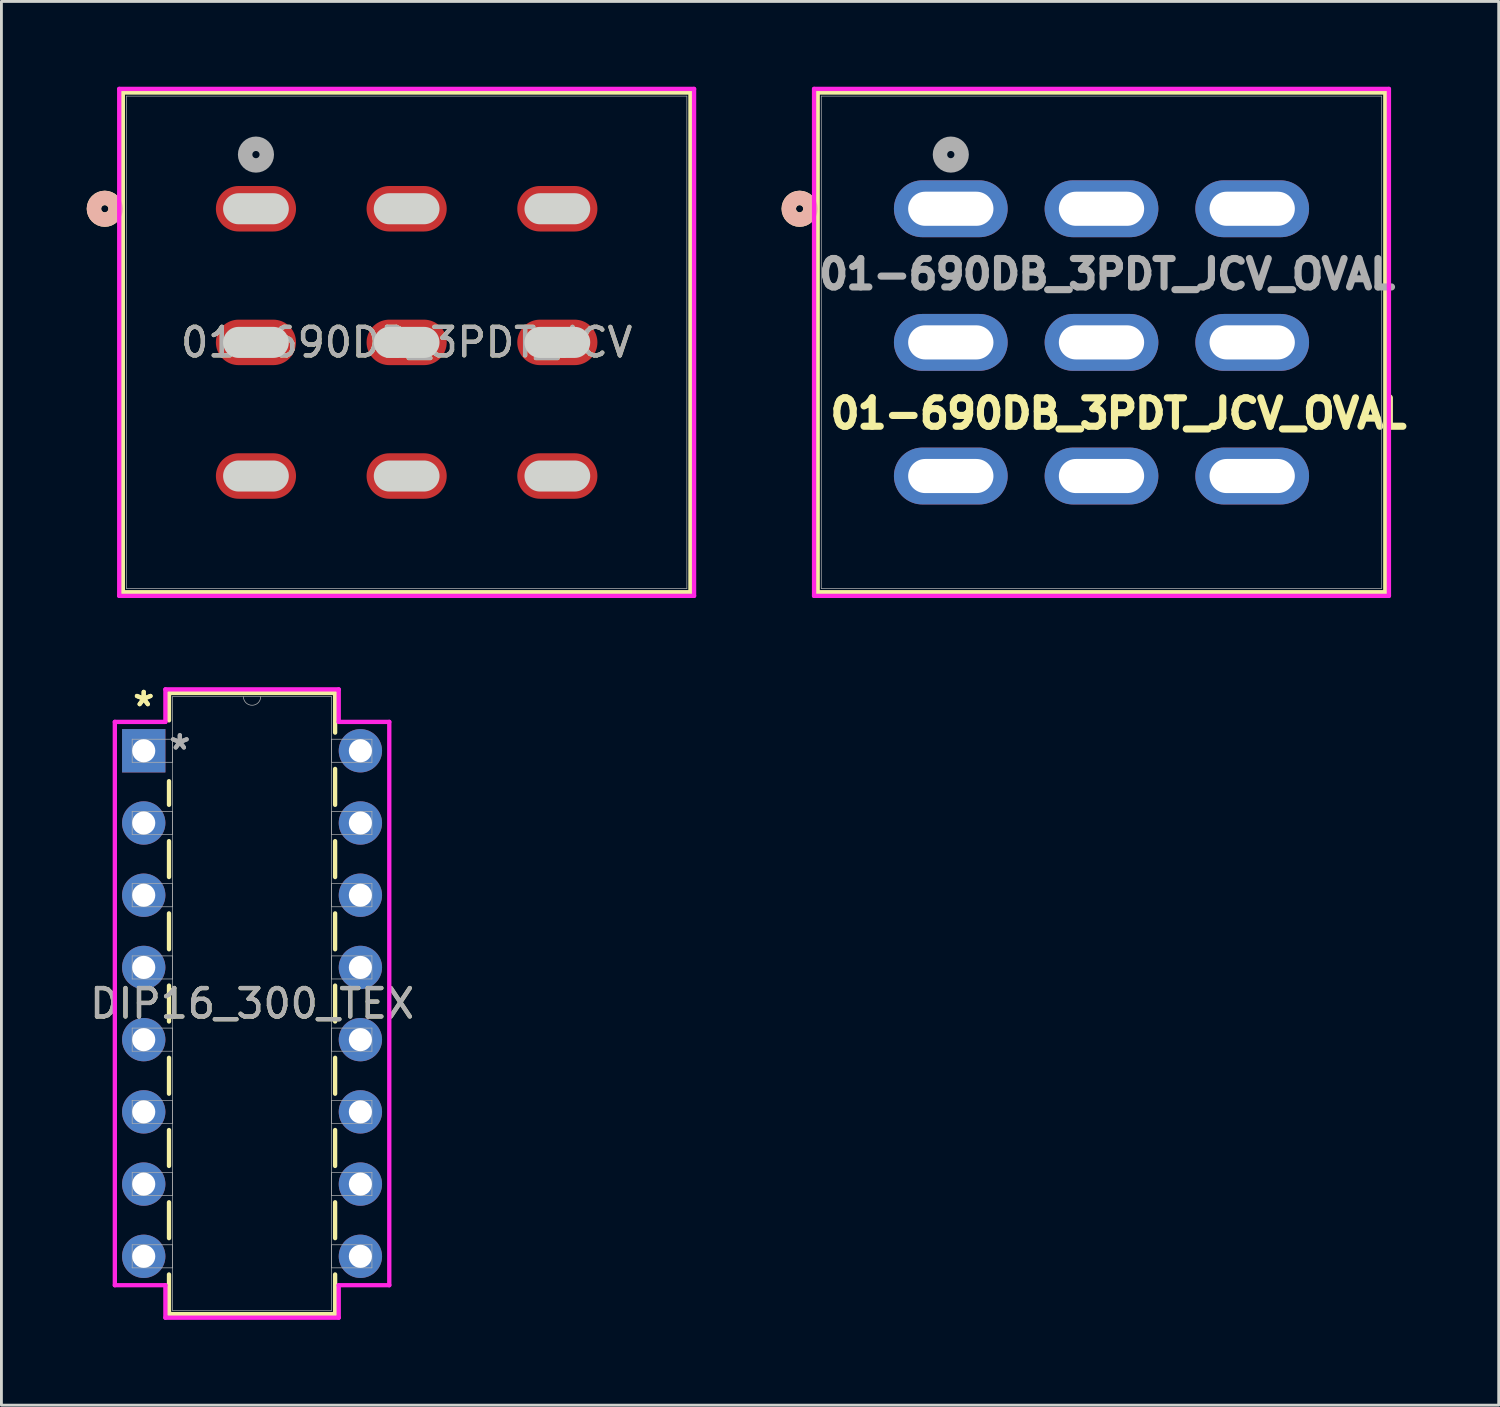
<source format=kicad_pcb>
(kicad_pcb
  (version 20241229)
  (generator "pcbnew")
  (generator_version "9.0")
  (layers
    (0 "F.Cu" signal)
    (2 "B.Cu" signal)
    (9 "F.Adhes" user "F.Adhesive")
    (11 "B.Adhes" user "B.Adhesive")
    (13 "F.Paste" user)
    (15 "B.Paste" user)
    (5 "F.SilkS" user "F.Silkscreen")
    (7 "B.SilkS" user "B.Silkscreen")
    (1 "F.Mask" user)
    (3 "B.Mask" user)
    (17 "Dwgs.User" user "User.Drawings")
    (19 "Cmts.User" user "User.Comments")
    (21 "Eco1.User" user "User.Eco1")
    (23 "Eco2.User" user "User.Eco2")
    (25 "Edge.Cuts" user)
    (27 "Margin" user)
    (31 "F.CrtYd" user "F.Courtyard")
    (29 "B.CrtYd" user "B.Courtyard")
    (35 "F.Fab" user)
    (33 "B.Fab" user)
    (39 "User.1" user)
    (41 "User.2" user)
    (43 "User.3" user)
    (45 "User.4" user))
  (footprint "01-690DB_3PDT_JCV_OVAL"
    (layer "F.Cu")
    (at 30.39 4.292)
    (property "Reference" "01-690DB_3PDT_JCV_OVAL" (at 5.9 7.2 0) (unlocked yes) (layer "F.SilkS") (effects (font (size 1 1) (thickness 0.25))))
    (attr through_hole)
    (fp_line (start -4.682 -4.088) (end -4.682 13.488) (stroke (width 0.152) (type solid)) (layer "F.SilkS"))
    (fp_line (start -4.682 13.488) (end 15.282 13.488) (stroke (width 0.152) (type solid)) (layer "F.SilkS"))
    (fp_line (start 15.282 -4.088) (end -4.682 -4.088) (stroke (width 0.152) (type solid)) (layer "F.SilkS"))
    (fp_line (start 15.282 13.488) (end 15.282 -4.088) (stroke (width 0.152) (type solid)) (layer "F.SilkS"))
    (fp_circle (center -5.317 0) (end -4.936 0) (stroke (width 0.508) (type solid)) (fill no) (layer "F.SilkS"))
    (fp_circle (center -5.317 0) (end -4.936 0) (stroke (width 0.508) (type solid)) (fill no) (layer "B.SilkS"))
    (fp_line (start -4.809 -4.215) (end -4.809 13.615) (stroke (width 0.152) (type solid)) (layer "F.CrtYd"))
    (fp_line (start -4.809 13.615) (end 15.409 13.615) (stroke (width 0.152) (type solid)) (layer "F.CrtYd"))
    (fp_line (start 15.409 -4.215) (end -4.809 -4.215) (stroke (width 0.152) (type solid)) (layer "F.CrtYd"))
    (fp_line (start 15.409 13.615) (end 15.409 -4.215) (stroke (width 0.152) (type solid)) (layer "F.CrtYd"))
    (fp_line (start -4.555 -3.961) (end -4.555 13.361) (stroke (width 0.025) (type solid)) (layer "F.Fab"))
    (fp_line (start -4.555 13.361) (end 15.155 13.361) (stroke (width 0.025) (type solid)) (layer "F.Fab"))
    (fp_line (start 15.155 -3.961) (end -4.555 -3.961) (stroke (width 0.025) (type solid)) (layer "F.Fab"))
    (fp_line (start 15.155 13.361) (end 15.155 -3.961) (stroke (width 0.025) (type solid)) (layer "F.Fab"))
    (fp_circle (center 0 -1.905) (end 0.381 -1.905) (stroke (width 0.508) (type solid)) (fill no) (layer "F.Fab"))
    (fp_text user "${REFERENCE}" (at 5.5 2.3 0) (unlocked yes) (layer "F.Fab") (effects (font (size 1 1) (thickness 0.25))))
    (pad "1" thru_hole oval (at 0 0) (size 4 2) (drill oval 3 1.2) (layers "*.Cu" "*.Mask"))
    (pad "2" thru_hole oval (at 0 4.7) (size 4 2) (drill oval 3 1.2) (layers "*.Cu" "*.Mask"))
    (pad "3" thru_hole oval (at 0 9.4) (size 4 2) (drill oval 3 1.2) (layers "*.Cu" "*.Mask"))
    (pad "4" thru_hole oval (at 5.3 0) (size 4 2) (drill oval 3 1.2) (layers "*.Cu" "*.Mask"))
    (pad "5" thru_hole oval (at 5.3 4.7) (size 4 2) (drill oval 3 1.2) (layers "*.Cu" "*.Mask"))
    (pad "6" thru_hole oval (at 5.3 9.4) (size 4 2) (drill oval 3 1.2) (layers "*.Cu" "*.Mask"))
    (pad "7" thru_hole oval (at 10.6 0) (size 4 2) (drill oval 3 1.2) (layers "*.Cu" "*.Mask"))
    (pad "8" thru_hole oval (at 10.6 4.7) (size 4 2) (drill oval 3 1.2) (layers "*.Cu" "*.Mask"))
    (pad "9" thru_hole oval (at 10.6 9.4) (size 4 2) (drill oval 3 1.2) (layers "*.Cu" "*.Mask")))
  (footprint "DIP16_300_TEX"
    (layer "F.Cu")
    (at 2.005 23.355)
    (property "Reference" "DIP16_300_TEX" (at 3.81 8.89 0) (unlocked yes) (layer "F.SilkS") (effects (font (size 1 1) (thickness 0.15))))
    (attr through_hole)
    (fp_line (start 0.889 -2.032) (end 0.889 -1.07) (stroke (width 0.152) (type solid)) (layer "F.SilkS"))
    (fp_line (start 0.889 1.07) (end 0.889 1.901) (stroke (width 0.152) (type solid)) (layer "F.SilkS"))
    (fp_line (start 0.889 3.179) (end 0.889 4.441) (stroke (width 0.152) (type solid)) (layer "F.SilkS"))
    (fp_line (start 0.889 5.719) (end 0.889 6.981) (stroke (width 0.152) (type solid)) (layer "F.SilkS"))
    (fp_line (start 0.889 8.259) (end 0.889 9.521) (stroke (width 0.152) (type solid)) (layer "F.SilkS"))
    (fp_line (start 0.889 10.799) (end 0.889 12.061) (stroke (width 0.152) (type solid)) (layer "F.SilkS"))
    (fp_line (start 0.889 13.339) (end 0.889 14.601) (stroke (width 0.152) (type solid)) (layer "F.SilkS"))
    (fp_line (start 0.889 15.879) (end 0.889 17.141) (stroke (width 0.152) (type solid)) (layer "F.SilkS"))
    (fp_line (start 0.889 18.419) (end 0.889 19.812) (stroke (width 0.152) (type solid)) (layer "F.SilkS"))
    (fp_line (start 0.889 19.812) (end 6.731 19.812) (stroke (width 0.152) (type solid)) (layer "F.SilkS"))
    (fp_line (start 6.731 -2.032) (end 0.889 -2.032) (stroke (width 0.152) (type solid)) (layer "F.SilkS"))
    (fp_line (start 6.731 -0.639) (end 6.731 -2.032) (stroke (width 0.152) (type solid)) (layer "F.SilkS"))
    (fp_line (start 6.731 1.901) (end 6.731 0.639) (stroke (width 0.152) (type solid)) (layer "F.SilkS"))
    (fp_line (start 6.731 4.441) (end 6.731 3.179) (stroke (width 0.152) (type solid)) (layer "F.SilkS"))
    (fp_line (start 6.731 6.981) (end 6.731 5.719) (stroke (width 0.152) (type solid)) (layer "F.SilkS"))
    (fp_line (start 6.731 9.521) (end 6.731 8.259) (stroke (width 0.152) (type solid)) (layer "F.SilkS"))
    (fp_line (start 6.731 12.061) (end 6.731 10.799) (stroke (width 0.152) (type solid)) (layer "F.SilkS"))
    (fp_line (start 6.731 14.601) (end 6.731 13.339) (stroke (width 0.152) (type solid)) (layer "F.SilkS"))
    (fp_line (start 6.731 17.141) (end 6.731 15.879) (stroke (width 0.152) (type solid)) (layer "F.SilkS"))
    (fp_line (start 6.731 19.812) (end 6.731 18.419) (stroke (width 0.152) (type solid)) (layer "F.SilkS"))
    (fp_line (start -1.016 -1.016) (end 0.762 -1.016) (stroke (width 0.152) (type solid)) (layer "F.CrtYd"))
    (fp_line (start -1.016 18.796) (end -1.016 -1.016) (stroke (width 0.152) (type solid)) (layer "F.CrtYd"))
    (fp_line (start 0.762 -2.159) (end 6.858 -2.159) (stroke (width 0.152) (type solid)) (layer "F.CrtYd"))
    (fp_line (start 0.762 -1.016) (end 0.762 -2.159) (stroke (width 0.152) (type solid)) (layer "F.CrtYd"))
    (fp_line (start 0.762 18.796) (end -1.016 18.796) (stroke (width 0.152) (type solid)) (layer "F.CrtYd"))
    (fp_line (start 0.762 19.939) (end 0.762 18.796) (stroke (width 0.152) (type solid)) (layer "F.CrtYd"))
    (fp_line (start 6.858 -2.159) (end 6.858 -1.016) (stroke (width 0.152) (type solid)) (layer "F.CrtYd"))
    (fp_line (start 6.858 18.796) (end 6.858 19.939) (stroke (width 0.152) (type solid)) (layer "F.CrtYd"))
    (fp_line (start 6.858 19.939) (end 0.762 19.939) (stroke (width 0.152) (type solid)) (layer "F.CrtYd"))
    (fp_line (start 8.636 -1.016) (end 6.858 -1.016) (stroke (width 0.152) (type solid)) (layer "F.CrtYd"))
    (fp_line (start 8.636 -1.016) (end 8.636 18.796) (stroke (width 0.152) (type solid)) (layer "F.CrtYd"))
    (fp_line (start 8.636 18.796) (end 6.858 18.796) (stroke (width 0.152) (type solid)) (layer "F.CrtYd"))
    (fp_line (start -0.406 -0.406) (end -0.406 0.406) (stroke (width 0.025) (type solid)) (layer "F.Fab"))
    (fp_line (start -0.406 0.406) (end 1.016 0.406) (stroke (width 0.025) (type solid)) (layer "F.Fab"))
    (fp_line (start -0.406 2.134) (end -0.406 2.946) (stroke (width 0.025) (type solid)) (layer "F.Fab"))
    (fp_line (start -0.406 2.946) (end 1.016 2.946) (stroke (width 0.025) (type solid)) (layer "F.Fab"))
    (fp_line (start -0.406 4.674) (end -0.406 5.486) (stroke (width 0.025) (type solid)) (layer "F.Fab"))
    (fp_line (start -0.406 5.486) (end 1.016 5.486) (stroke (width 0.025) (type solid)) (layer "F.Fab"))
    (fp_line (start -0.406 7.214) (end -0.406 8.026) (stroke (width 0.025) (type solid)) (layer "F.Fab"))
    (fp_line (start -0.406 8.026) (end 1.016 8.026) (stroke (width 0.025) (type solid)) (layer "F.Fab"))
    (fp_line (start -0.406 9.754) (end -0.406 10.566) (stroke (width 0.025) (type solid)) (layer "F.Fab"))
    (fp_line (start -0.406 10.566) (end 1.016 10.566) (stroke (width 0.025) (type solid)) (layer "F.Fab"))
    (fp_line (start -0.406 12.294) (end -0.406 13.106) (stroke (width 0.025) (type solid)) (layer "F.Fab"))
    (fp_line (start -0.406 13.106) (end 1.016 13.106) (stroke (width 0.025) (type solid)) (layer "F.Fab"))
    (fp_line (start -0.406 14.834) (end -0.406 15.646) (stroke (width 0.025) (type solid)) (layer "F.Fab"))
    (fp_line (start -0.406 15.646) (end 1.016 15.646) (stroke (width 0.025) (type solid)) (layer "F.Fab"))
    (fp_line (start -0.406 17.374) (end -0.406 18.186) (stroke (width 0.025) (type solid)) (layer "F.Fab"))
    (fp_line (start -0.406 18.186) (end 1.016 18.186) (stroke (width 0.025) (type solid)) (layer "F.Fab"))
    (fp_line (start 1.016 -1.905) (end 1.016 19.685) (stroke (width 0.025) (type solid)) (layer "F.Fab"))
    (fp_line (start 1.016 -0.406) (end -0.406 -0.406) (stroke (width 0.025) (type solid)) (layer "F.Fab"))
    (fp_line (start 1.016 0.406) (end 1.016 -0.406) (stroke (width 0.025) (type solid)) (layer "F.Fab"))
    (fp_line (start 1.016 2.134) (end -0.406 2.134) (stroke (width 0.025) (type solid)) (layer "F.Fab"))
    (fp_line (start 1.016 2.946) (end 1.016 2.134) (stroke (width 0.025) (type solid)) (layer "F.Fab"))
    (fp_line (start 1.016 4.674) (end -0.406 4.674) (stroke (width 0.025) (type solid)) (layer "F.Fab"))
    (fp_line (start 1.016 5.486) (end 1.016 4.674) (stroke (width 0.025) (type solid)) (layer "F.Fab"))
    (fp_line (start 1.016 7.214) (end -0.406 7.214) (stroke (width 0.025) (type solid)) (layer "F.Fab"))
    (fp_line (start 1.016 8.026) (end 1.016 7.214) (stroke (width 0.025) (type solid)) (layer "F.Fab"))
    (fp_line (start 1.016 9.754) (end -0.406 9.754) (stroke (width 0.025) (type solid)) (layer "F.Fab"))
    (fp_line (start 1.016 10.566) (end 1.016 9.754) (stroke (width 0.025) (type solid)) (layer "F.Fab"))
    (fp_line (start 1.016 12.294) (end -0.406 12.294) (stroke (width 0.025) (type solid)) (layer "F.Fab"))
    (fp_line (start 1.016 13.106) (end 1.016 12.294) (stroke (width 0.025) (type solid)) (layer "F.Fab"))
    (fp_line (start 1.016 14.834) (end -0.406 14.834) (stroke (width 0.025) (type solid)) (layer "F.Fab"))
    (fp_line (start 1.016 15.646) (end 1.016 14.834) (stroke (width 0.025) (type solid)) (layer "F.Fab"))
    (fp_line (start 1.016 17.374) (end -0.406 17.374) (stroke (width 0.025) (type solid)) (layer "F.Fab"))
    (fp_line (start 1.016 18.186) (end 1.016 17.374) (stroke (width 0.025) (type solid)) (layer "F.Fab"))
    (fp_line (start 1.016 19.685) (end 6.604 19.685) (stroke (width 0.025) (type solid)) (layer "F.Fab"))
    (fp_line (start 6.604 -1.905) (end 1.016 -1.905) (stroke (width 0.025) (type solid)) (layer "F.Fab"))
    (fp_line (start 6.604 -0.406) (end 6.604 0.406) (stroke (width 0.025) (type solid)) (layer "F.Fab"))
    (fp_line (start 6.604 0.406) (end 8.026 0.406) (stroke (width 0.025) (type solid)) (layer "F.Fab"))
    (fp_line (start 6.604 2.134) (end 6.604 2.946) (stroke (width 0.025) (type solid)) (layer "F.Fab"))
    (fp_line (start 6.604 2.946) (end 8.026 2.946) (stroke (width 0.025) (type solid)) (layer "F.Fab"))
    (fp_line (start 6.604 4.674) (end 6.604 5.486) (stroke (width 0.025) (type solid)) (layer "F.Fab"))
    (fp_line (start 6.604 5.486) (end 8.026 5.486) (stroke (width 0.025) (type solid)) (layer "F.Fab"))
    (fp_line (start 6.604 7.214) (end 6.604 8.026) (stroke (width 0.025) (type solid)) (layer "F.Fab"))
    (fp_line (start 6.604 8.026) (end 8.026 8.026) (stroke (width 0.025) (type solid)) (layer "F.Fab"))
    (fp_line (start 6.604 9.754) (end 6.604 10.566) (stroke (width 0.025) (type solid)) (layer "F.Fab"))
    (fp_line (start 6.604 10.566) (end 8.026 10.566) (stroke (width 0.025) (type solid)) (layer "F.Fab"))
    (fp_line (start 6.604 12.294) (end 6.604 13.106) (stroke (width 0.025) (type solid)) (layer "F.Fab"))
    (fp_line (start 6.604 13.106) (end 8.026 13.106) (stroke (width 0.025) (type solid)) (layer "F.Fab"))
    (fp_line (start 6.604 14.834) (end 6.604 15.646) (stroke (width 0.025) (type solid)) (layer "F.Fab"))
    (fp_line (start 6.604 15.646) (end 8.026 15.646) (stroke (width 0.025) (type solid)) (layer "F.Fab"))
    (fp_line (start 6.604 17.374) (end 6.604 18.186) (stroke (width 0.025) (type solid)) (layer "F.Fab"))
    (fp_line (start 6.604 18.186) (end 8.026 18.186) (stroke (width 0.025) (type solid)) (layer "F.Fab"))
    (fp_line (start 6.604 19.685) (end 6.604 -1.905) (stroke (width 0.025) (type solid)) (layer "F.Fab"))
    (fp_line (start 8.026 -0.406) (end 6.604 -0.406) (stroke (width 0.025) (type solid)) (layer "F.Fab"))
    (fp_line (start 8.026 0.406) (end 8.026 -0.406) (stroke (width 0.025) (type solid)) (layer "F.Fab"))
    (fp_line (start 8.026 2.134) (end 6.604 2.134) (stroke (width 0.025) (type solid)) (layer "F.Fab"))
    (fp_line (start 8.026 2.946) (end 8.026 2.134) (stroke (width 0.025) (type solid)) (layer "F.Fab"))
    (fp_line (start 8.026 4.674) (end 6.604 4.674) (stroke (width 0.025) (type solid)) (layer "F.Fab"))
    (fp_line (start 8.026 5.486) (end 8.026 4.674) (stroke (width 0.025) (type solid)) (layer "F.Fab"))
    (fp_line (start 8.026 7.214) (end 6.604 7.214) (stroke (width 0.025) (type solid)) (layer "F.Fab"))
    (fp_line (start 8.026 8.026) (end 8.026 7.214) (stroke (width 0.025) (type solid)) (layer "F.Fab"))
    (fp_line (start 8.026 9.754) (end 6.604 9.754) (stroke (width 0.025) (type solid)) (layer "F.Fab"))
    (fp_line (start 8.026 10.566) (end 8.026 9.754) (stroke (width 0.025) (type solid)) (layer "F.Fab"))
    (fp_line (start 8.026 12.294) (end 6.604 12.294) (stroke (width 0.025) (type solid)) (layer "F.Fab"))
    (fp_line (start 8.026 13.106) (end 8.026 12.294) (stroke (width 0.025) (type solid)) (layer "F.Fab"))
    (fp_line (start 8.026 14.834) (end 6.604 14.834) (stroke (width 0.025) (type solid)) (layer "F.Fab"))
    (fp_line (start 8.026 15.646) (end 8.026 14.834) (stroke (width 0.025) (type solid)) (layer "F.Fab"))
    (fp_line (start 8.026 17.374) (end 6.604 17.374) (stroke (width 0.025) (type solid)) (layer "F.Fab"))
    (fp_line (start 8.026 18.186) (end 8.026 17.374) (stroke (width 0.025) (type solid)) (layer "F.Fab"))
    (fp_arc (start 4.1148 -1.905) (mid 3.81 -1.6002) (end 3.5052 -1.905) (stroke (width 0.0254) (type solid)) (layer "F.Fab"))
    (fp_text user "*" (at 0 -1.524 0) (unlocked yes) (layer "F.SilkS") (effects (font (size 1 1) (thickness 0.15))))
    (fp_text user "*" (at 0 -1.524 0) (layer "F.SilkS") (effects (font (size 1 1) (thickness 0.15))))
    (fp_text user "*" (at 1.27 0 0) (unlocked yes) (layer "F.Fab") (effects (font (size 1 1) (thickness 0.15))))
    (fp_text user "${REFERENCE}" (at 3.81 8.89 0) (unlocked yes) (layer "F.Fab") (effects (font (size 1 1) (thickness 0.15))))
    (fp_text user "*" (at 1.27 0 0) (layer "F.Fab") (effects (font (size 1 1) (thickness 0.15))))
    (pad "1" thru_hole rect (at 0 0) (size 1.524 1.524) (drill 0.813) (layers "*.Cu" "*.Mask"))
    (pad "2" thru_hole circle (at 0 2.54) (size 1.524 1.524) (drill 0.813) (layers "*.Cu" "*.Mask"))
    (pad "3" thru_hole circle (at 0 5.08) (size 1.524 1.524) (drill 0.813) (layers "*.Cu" "*.Mask"))
    (pad "4" thru_hole circle (at 0 7.62) (size 1.524 1.524) (drill 0.813) (layers "*.Cu" "*.Mask"))
    (pad "5" thru_hole circle (at 0 10.16) (size 1.524 1.524) (drill 0.813) (layers "*.Cu" "*.Mask"))
    (pad "6" thru_hole circle (at 0 12.7) (size 1.524 1.524) (drill 0.813) (layers "*.Cu" "*.Mask"))
    (pad "7" thru_hole circle (at 0 15.24) (size 1.524 1.524) (drill 0.813) (layers "*.Cu" "*.Mask"))
    (pad "8" thru_hole circle (at 0 17.78) (size 1.524 1.524) (drill 0.813) (layers "*.Cu" "*.Mask"))
    (pad "9" thru_hole circle (at 7.62 17.78) (size 1.524 1.524) (drill 0.813) (layers "*.Cu" "*.Mask"))
    (pad "10" thru_hole circle (at 7.62 15.24) (size 1.524 1.524) (drill 0.813) (layers "*.Cu" "*.Mask"))
    (pad "11" thru_hole circle (at 7.62 12.7) (size 1.524 1.524) (drill 0.813) (layers "*.Cu" "*.Mask"))
    (pad "12" thru_hole circle (at 7.62 10.16) (size 1.524 1.524) (drill 0.813) (layers "*.Cu" "*.Mask"))
    (pad "13" thru_hole circle (at 7.62 7.62) (size 1.524 1.524) (drill 0.813) (layers "*.Cu" "*.Mask"))
    (pad "14" thru_hole circle (at 7.62 5.08) (size 1.524 1.524) (drill 0.813) (layers "*.Cu" "*.Mask"))
    (pad "15" thru_hole circle (at 7.62 2.54) (size 1.524 1.524) (drill 0.813) (layers "*.Cu" "*.Mask"))
    (pad "16" thru_hole circle (at 7.62 0) (size 1.524 1.524) (drill 0.813) (layers "*.Cu" "*.Mask")))
  (footprint "01-690DB_3PDT_JCV"
    (layer "F.Cu")
    (at 5.952 4.292)
    (property "Reference" "01-690DB_3PDT_JCV" (at 5.3 4.7 0) (unlocked yes) (layer "F.SilkS") (effects (font (size 1 1) (thickness 0.15))))
    (attr smd)
    (fp_line (start -4.682 -4.088) (end -4.682 13.488) (stroke (width 0.152) (type solid)) (layer "F.SilkS"))
    (fp_line (start -4.682 13.488) (end 15.282 13.488) (stroke (width 0.152) (type solid)) (layer "F.SilkS"))
    (fp_line (start 15.282 -4.088) (end -4.682 -4.088) (stroke (width 0.152) (type solid)) (layer "F.SilkS"))
    (fp_line (start 15.282 13.488) (end 15.282 -4.088) (stroke (width 0.152) (type solid)) (layer "F.SilkS"))
    (fp_circle (center -5.317 0) (end -4.936 0) (stroke (width 0.508) (type solid)) (fill no) (layer "F.SilkS"))
    (fp_circle (center -5.317 0) (end -4.936 0) (stroke (width 0.508) (type solid)) (fill no) (layer "B.SilkS"))
    (fp_line (start -0.61 0) (end 0.61 0) (stroke (width 1.092) (type solid)) (layer "Edge.Cuts"))
    (fp_line (start -0.61 4.7) (end 0.61 4.7) (stroke (width 1.092) (type solid)) (layer "Edge.Cuts"))
    (fp_line (start -0.61 9.4) (end 0.61 9.4) (stroke (width 1.092) (type solid)) (layer "Edge.Cuts"))
    (fp_line (start 4.69 0) (end 5.91 0) (stroke (width 1.092) (type solid)) (layer "Edge.Cuts"))
    (fp_line (start 4.69 4.7) (end 5.91 4.7) (stroke (width 1.092) (type solid)) (layer "Edge.Cuts"))
    (fp_line (start 4.69 9.4) (end 5.91 9.4) (stroke (width 1.092) (type solid)) (layer "Edge.Cuts"))
    (fp_line (start 9.99 0) (end 11.21 0) (stroke (width 1.092) (type solid)) (layer "Edge.Cuts"))
    (fp_line (start 9.99 4.7) (end 11.21 4.7) (stroke (width 1.092) (type solid)) (layer "Edge.Cuts"))
    (fp_line (start 9.99 9.4) (end 11.21 9.4) (stroke (width 1.092) (type solid)) (layer "Edge.Cuts"))
    (fp_line (start -4.809 -4.215) (end -4.809 13.615) (stroke (width 0.152) (type solid)) (layer "F.CrtYd"))
    (fp_line (start -4.809 13.615) (end 15.409 13.615) (stroke (width 0.152) (type solid)) (layer "F.CrtYd"))
    (fp_line (start 15.409 -4.215) (end -4.809 -4.215) (stroke (width 0.152) (type solid)) (layer "F.CrtYd"))
    (fp_line (start 15.409 13.615) (end 15.409 -4.215) (stroke (width 0.152) (type solid)) (layer "F.CrtYd"))
    (fp_line (start -4.555 -3.961) (end -4.555 13.361) (stroke (width 0.025) (type solid)) (layer "F.Fab"))
    (fp_line (start -4.555 13.361) (end 15.155 13.361) (stroke (width 0.025) (type solid)) (layer "F.Fab"))
    (fp_line (start 15.155 -3.961) (end -4.555 -3.961) (stroke (width 0.025) (type solid)) (layer "F.Fab"))
    (fp_line (start 15.155 13.361) (end 15.155 -3.961) (stroke (width 0.025) (type solid)) (layer "F.Fab"))
    (fp_circle (center 0 -1.905) (end 0.381 -1.905) (stroke (width 0.508) (type solid)) (fill no) (layer "F.Fab"))
    (fp_text user "${REFERENCE}" (at 5.3 4.7 0) (unlocked yes) (layer "F.Fab") (effects (font (size 1 1) (thickness 0.15))))
    (pad "1" smd oval (at 0 0) (size 2.819 1.6) (layers "F.Cu" "F.Mask" "F.Paste"))
    (pad "2" smd oval (at 0 4.7) (size 2.819 1.6) (layers "F.Cu" "F.Mask" "F.Paste"))
    (pad "3" smd oval (at 0 9.4) (size 2.819 1.6) (layers "F.Cu" "F.Mask" "F.Paste"))
    (pad "4" smd oval (at 5.3 0) (size 2.819 1.6) (layers "F.Cu" "F.Mask" "F.Paste"))
    (pad "5" smd oval (at 5.3 4.7) (size 2.819 1.6) (layers "F.Cu" "F.Mask" "F.Paste"))
    (pad "6" smd oval (at 5.3 9.4) (size 2.819 1.6) (layers "F.Cu" "F.Mask" "F.Paste"))
    (pad "7" smd oval (at 10.6 0) (size 2.819 1.6) (layers "F.Cu" "F.Mask" "F.Paste"))
    (pad "8" smd oval (at 10.6 4.7) (size 2.819 1.6) (layers "F.Cu" "F.Mask" "F.Paste"))
    (pad "9" smd oval (at 10.6 9.4) (size 2.819 1.6) (layers "F.Cu" "F.Mask" "F.Paste")))
  (gr_rect
    (start -3 -3)
    (end 49.66 46.371)
    (stroke (width 0.1) (type default))
    (fill no)
    (layer "Edge.Cuts")))
</source>
